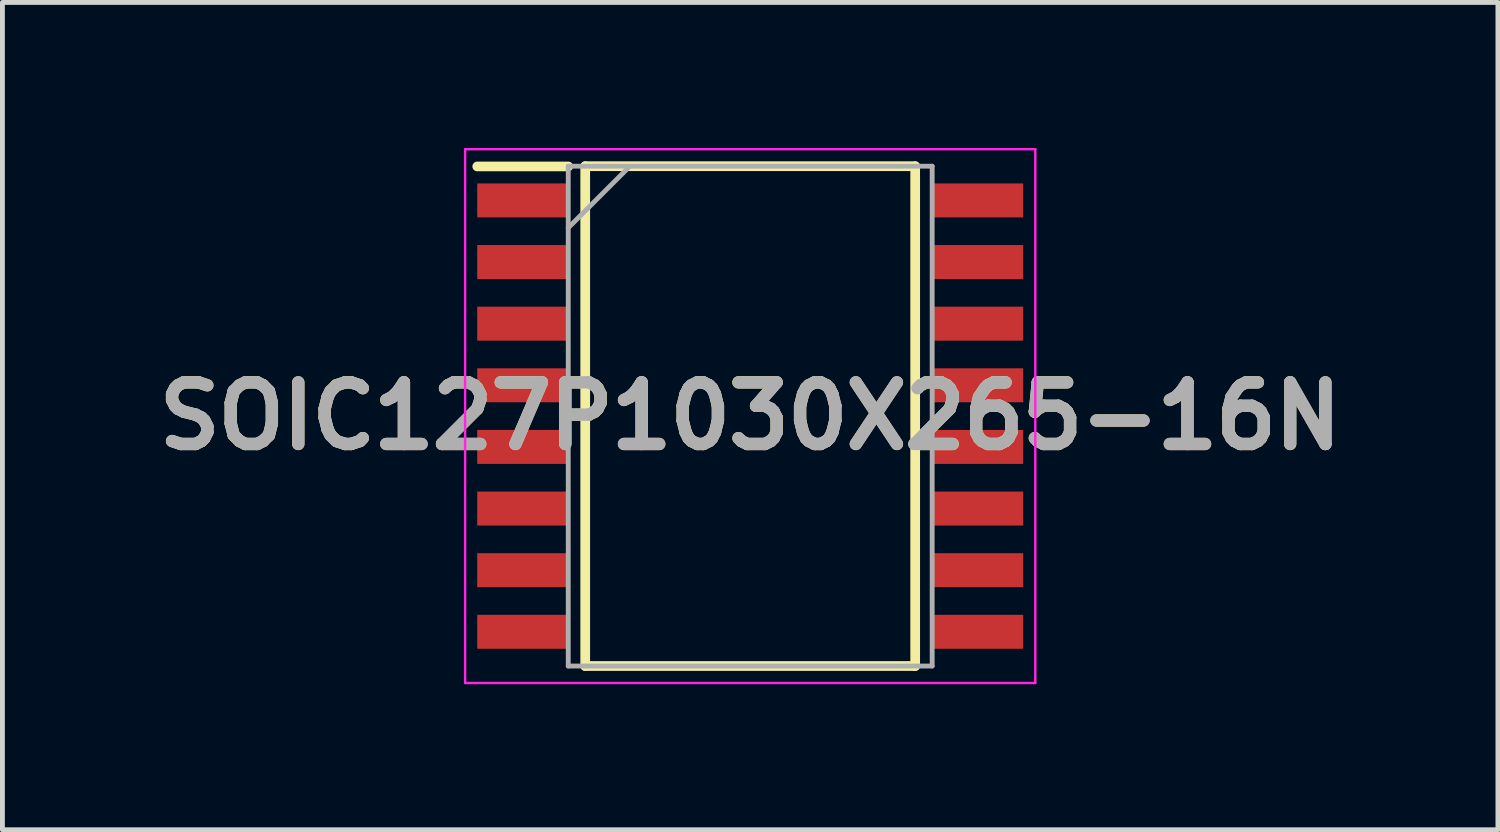
<source format=kicad_pcb>
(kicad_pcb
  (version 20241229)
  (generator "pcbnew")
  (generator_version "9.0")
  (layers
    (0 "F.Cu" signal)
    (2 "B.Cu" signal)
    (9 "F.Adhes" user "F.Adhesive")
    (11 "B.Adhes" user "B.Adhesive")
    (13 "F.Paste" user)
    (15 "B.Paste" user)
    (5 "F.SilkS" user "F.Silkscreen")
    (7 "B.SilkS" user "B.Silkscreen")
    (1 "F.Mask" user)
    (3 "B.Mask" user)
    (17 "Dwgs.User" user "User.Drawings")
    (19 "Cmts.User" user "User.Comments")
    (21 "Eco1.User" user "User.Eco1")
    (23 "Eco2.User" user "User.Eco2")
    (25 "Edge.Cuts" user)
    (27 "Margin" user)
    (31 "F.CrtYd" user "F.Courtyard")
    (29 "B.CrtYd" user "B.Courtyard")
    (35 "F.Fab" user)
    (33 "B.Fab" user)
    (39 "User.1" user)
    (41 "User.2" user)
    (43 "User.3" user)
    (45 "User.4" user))
  (footprint "SOIC127P1030X265-16N"
    (layer "F.Cu")
    (at 12.41 5.525)
    (property "Reference" "SOIC127P1030X265-16N" (at 0 0 0) (layer "F.SilkS") (effects (font (size 1.27 1.27) (thickness 0.254))))
    (attr smd)
    (fp_line (start -5.625 -5.145) (end -3.75 -5.145) (stroke (width 0.2) (type solid)) (layer "F.SilkS"))
    (fp_line (start -3.4 -5.15) (end 3.4 -5.15) (stroke (width 0.2) (type solid)) (layer "F.SilkS"))
    (fp_line (start -3.4 5.15) (end -3.4 -5.15) (stroke (width 0.2) (type solid)) (layer "F.SilkS"))
    (fp_line (start 3.4 -5.15) (end 3.4 5.15) (stroke (width 0.2) (type solid)) (layer "F.SilkS"))
    (fp_line (start 3.4 5.15) (end -3.4 5.15) (stroke (width 0.2) (type solid)) (layer "F.SilkS"))
    (fp_line (start -5.875 -5.5) (end 5.875 -5.5) (stroke (width 0.05) (type solid)) (layer "F.CrtYd"))
    (fp_line (start -5.875 5.5) (end -5.875 -5.5) (stroke (width 0.05) (type solid)) (layer "F.CrtYd"))
    (fp_line (start 5.875 -5.5) (end 5.875 5.5) (stroke (width 0.05) (type solid)) (layer "F.CrtYd"))
    (fp_line (start 5.875 5.5) (end -5.875 5.5) (stroke (width 0.05) (type solid)) (layer "F.CrtYd"))
    (fp_line (start -3.75 -5.15) (end 3.75 -5.15) (stroke (width 0.1) (type solid)) (layer "F.Fab"))
    (fp_line (start -3.75 -3.88) (end -2.48 -5.15) (stroke (width 0.1) (type solid)) (layer "F.Fab"))
    (fp_line (start -3.75 5.15) (end -3.75 -5.15) (stroke (width 0.1) (type solid)) (layer "F.Fab"))
    (fp_line (start 3.75 -5.15) (end 3.75 5.15) (stroke (width 0.1) (type solid)) (layer "F.Fab"))
    (fp_line (start 3.75 5.15) (end -3.75 5.15) (stroke (width 0.1) (type solid)) (layer "F.Fab"))
    (fp_text user "${REFERENCE}" (at 0 0 0) (layer "F.Fab") (effects (font (size 1.27 1.27) (thickness 0.254))))
    (pad "1" smd rect (at -4.688 -4.445 90) (size 0.7 1.875) (layers "F.Cu" "F.Mask" "F.Paste"))
    (pad "2" smd rect (at -4.688 -3.175 90) (size 0.7 1.875) (layers "F.Cu" "F.Mask" "F.Paste"))
    (pad "3" smd rect (at -4.688 -1.905 90) (size 0.7 1.875) (layers "F.Cu" "F.Mask" "F.Paste"))
    (pad "4" smd rect (at -4.688 -0.635 90) (size 0.7 1.875) (layers "F.Cu" "F.Mask" "F.Paste"))
    (pad "5" smd rect (at -4.688 0.635 90) (size 0.7 1.875) (layers "F.Cu" "F.Mask" "F.Paste"))
    (pad "6" smd rect (at -4.688 1.905 90) (size 0.7 1.875) (layers "F.Cu" "F.Mask" "F.Paste"))
    (pad "7" smd rect (at -4.688 3.175 90) (size 0.7 1.875) (layers "F.Cu" "F.Mask" "F.Paste"))
    (pad "8" smd rect (at -4.688 4.445 90) (size 0.7 1.875) (layers "F.Cu" "F.Mask" "F.Paste"))
    (pad "9" smd rect (at 4.688 4.445 90) (size 0.7 1.875) (layers "F.Cu" "F.Mask" "F.Paste"))
    (pad "10" smd rect (at 4.688 3.175 90) (size 0.7 1.875) (layers "F.Cu" "F.Mask" "F.Paste"))
    (pad "11" smd rect (at 4.688 1.905 90) (size 0.7 1.875) (layers "F.Cu" "F.Mask" "F.Paste"))
    (pad "12" smd rect (at 4.688 0.635 90) (size 0.7 1.875) (layers "F.Cu" "F.Mask" "F.Paste"))
    (pad "13" smd rect (at 4.688 -0.635 90) (size 0.7 1.875) (layers "F.Cu" "F.Mask" "F.Paste"))
    (pad "14" smd rect (at 4.688 -1.905 90) (size 0.7 1.875) (layers "F.Cu" "F.Mask" "F.Paste"))
    (pad "15" smd rect (at 4.688 -3.175 90) (size 0.7 1.875) (layers "F.Cu" "F.Mask" "F.Paste"))
    (pad "16" smd rect (at 4.688 -4.445 90) (size 0.7 1.875) (layers "F.Cu" "F.Mask" "F.Paste")))
  (gr_rect
    (start -3 -3)
    (end 27.819 14.05)
    (stroke (width 0.1) (type default))
    (fill no)
    (layer "Edge.Cuts")))
</source>
